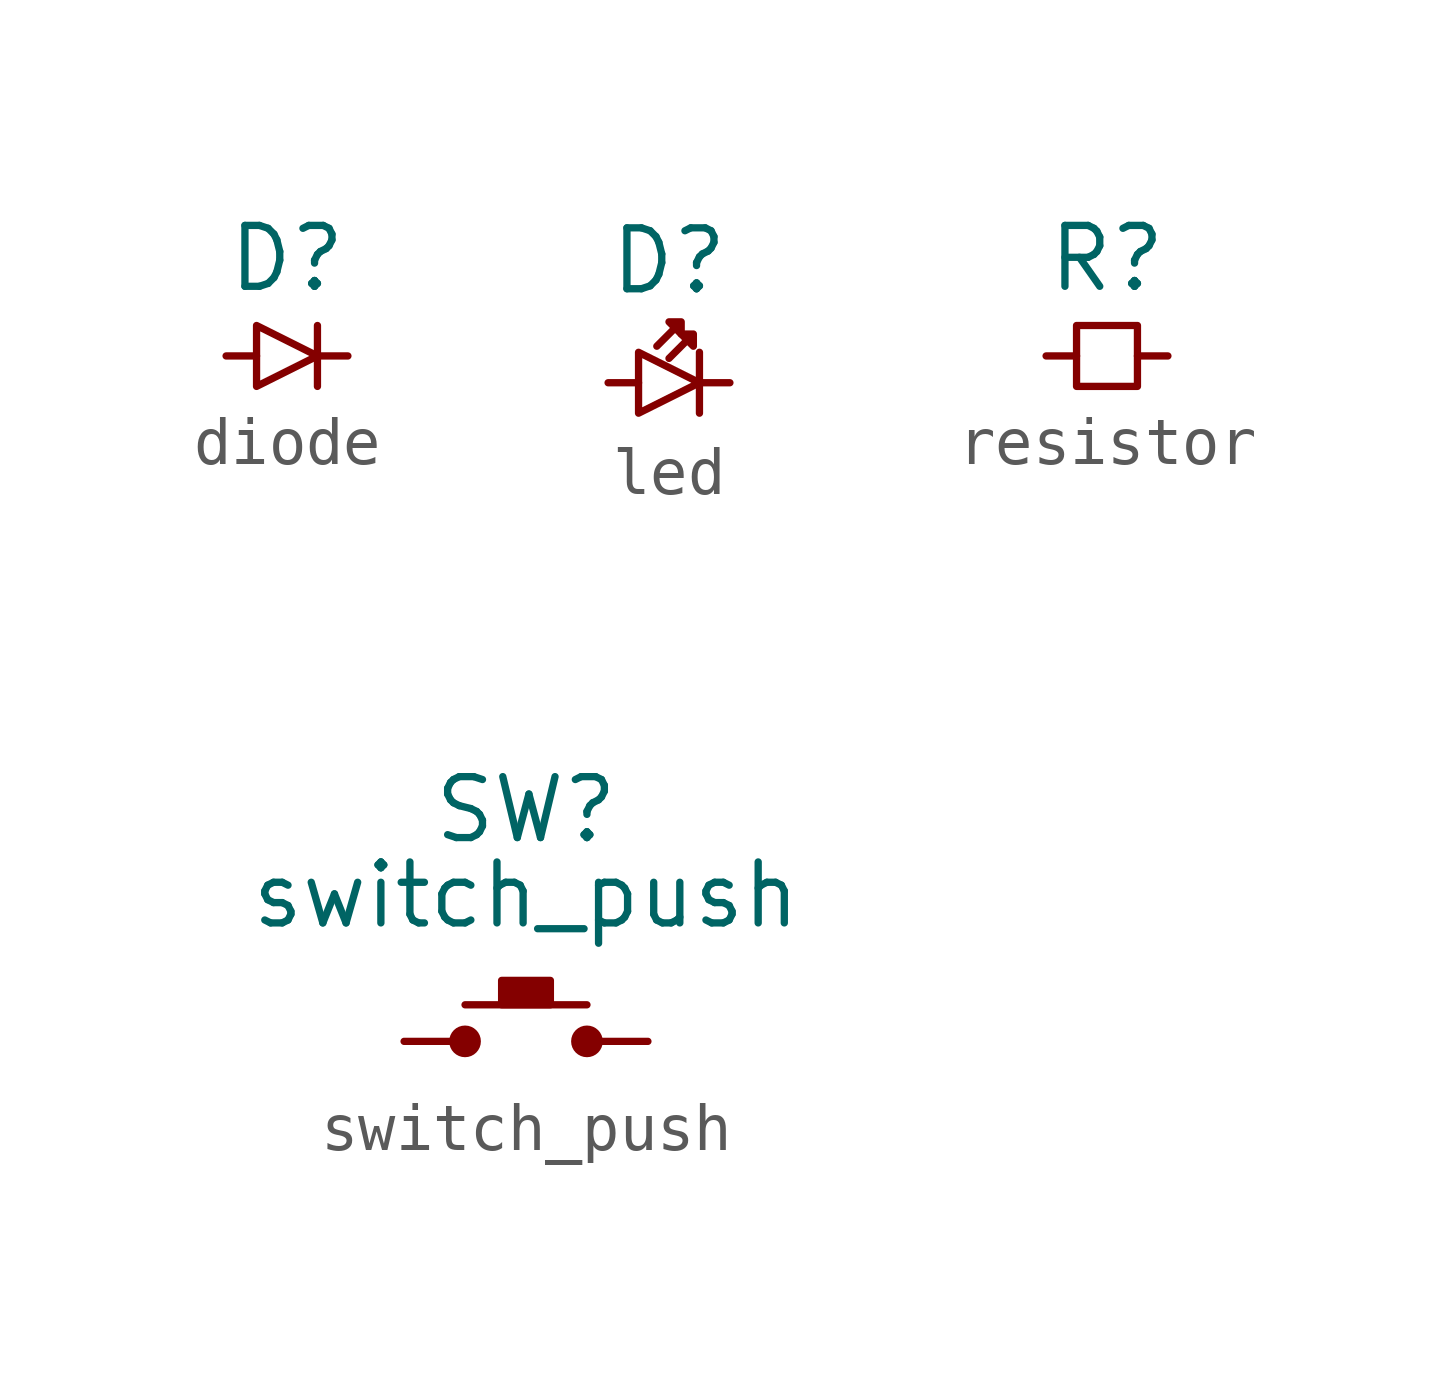
<source format=kicad_sym>
(kicad_symbol_lib
  (version 20231120)
  (generator "kicad_symbol_editor")
  (generator_version "8.0")
  (symbol "diode"
    (pin_numbers hide)
    (property "Reference" "D"
      (at 0 2.032 0)
      (effects (font (size 1.27 1.27))))
    (property "Value" ""
      (at 0 0 0)
      (effects (font (size 1.27 1.27))))
    (symbol "diode_0_1"
      (polyline (pts (xy 0.635 0.635) (xy 0.635 -0.635)) (stroke (width 0) (type default)) (fill (type none)))
      (polyline (pts (xy -0.635 0.635) (xy -0.635 -0.635) (xy 0.635 0) (xy -0.635 0.635)) (stroke (width 0) (type default)) (fill (type none))))
    (symbol "diode_1_1"
      (pin passive line (at -1.27 0 0) (length 0.635) (name "" (effects (font (size 1.27 1.27)))) (number "1" (effects (font (size 1.27 1.27)))))
      (pin passive line (at 1.27 0 180) (length 0.635) (name "" (effects (font (size 1.27 1.27)))) (number "2" (effects (font (size 1.27 1.27)))))))
  (symbol "led"
    (pin_numbers hide)
    (pin_names hide)
    (property "Reference" "D"
      (at 0 2.54 0)
      (effects (font (size 1.27 1.27))))
    (property "Value" ""
      (at 0 0 0)
      (effects (font (size 1.27 1.27))))
    (symbol "led_0_1"
      (polyline (pts (xy 0.635 0.635) (xy 0.635 -0.635)) (stroke (width 0) (type default)) (fill (type none)))
      (polyline (pts (xy -0.635 0.635) (xy -0.635 -0.635) (xy 0.635 0) (xy -0.635 0.635)) (stroke (width 0) (type default)) (fill (type none)))
      (polyline (pts (xy -0.254 0.762) (xy 0.254 1.27) (xy 0 1.27) (xy 0.254 1.016) (xy 0.254 1.27)) (stroke (width 0) (type default)) (fill (type none)))
      (polyline (pts (xy 0 0.508) (xy 0.508 1.016) (xy 0.254 1.016) (xy 0.508 0.762) (xy 0.508 1.016)) (stroke (width 0) (type default)) (fill (type none))))
    (symbol "led_1_1"
      (pin passive line (at -1.27 0 0) (length 0.635) (name "A" (effects (font (size 1.27 1.27)))) (number "" (effects (font (size 1.27 1.27)))))
      (pin passive line (at 1.27 0 180) (length 0.635) (name "K" (effects (font (size 1.27 1.27)))) (number "" (effects (font (size 1.27 1.27)))))))
  (symbol "resistor"
    (property "Reference" "R"
      (at 0 2.032 0)
      (effects (font (size 1.27 1.27))))
    (property "Value" ""
      (at 0 0 0)
      (effects (font (size 1.27 1.27))))
    (symbol "resistor_0_1"
      (rectangle (start -0.635 0.635) (end 0.635 -0.635) (stroke (width 0) (type default)) (fill (type none))))
    (symbol "resistor_1_1"
      (pin passive line (at -1.27 0 0) (length 0.635) (name "" (effects (font (size 1.27 1.27)))) (number "" (effects (font (size 1.27 1.27)))))
      (pin passive line (at 1.27 0 180) (length 0.635) (name "" (effects (font (size 1.27 1.27)))) (number "" (effects (font (size 1.27 1.27)))))))
  (symbol "switch_push"
    (pin_numbers hide)
    (property "Reference" "SW"
      (at 0 4.826 0)
      (effects (font (size 1.27 1.27))))
    (property "Value" "switch_push"
      (at 0 3.048 0)
      (effects (font (size 1.27 1.27))))
    (symbol "switch_push_1_1"
      (circle (center -1.27 0) (radius 0.254) (stroke (width 0) (type default)) (fill (type outline)))
      (rectangle (start -0.508 1.27) (end 0.508 0.762) (stroke (width 0) (type default)) (fill (type outline)))
      (polyline (pts (xy -1.27 0.762) (xy 1.27 0.762)) (stroke (width 0) (type default)) (fill (type none)))
      (circle (center 1.27 0) (radius 0.254) (stroke (width 0) (type default)) (fill (type outline)))
      (pin passive line (at -2.54 0 0) (length 1.27) (name "" (effects (font (size 1.27 1.27)))) (number "1" (effects (font (size 1.27 1.27)))))
      (pin passive line (at 2.54 0 180) (length 1.27) (name "" (effects (font (size 1.27 1.27)))) (number "2" (effects (font (size 1.27 1.27))))))))
</source>
